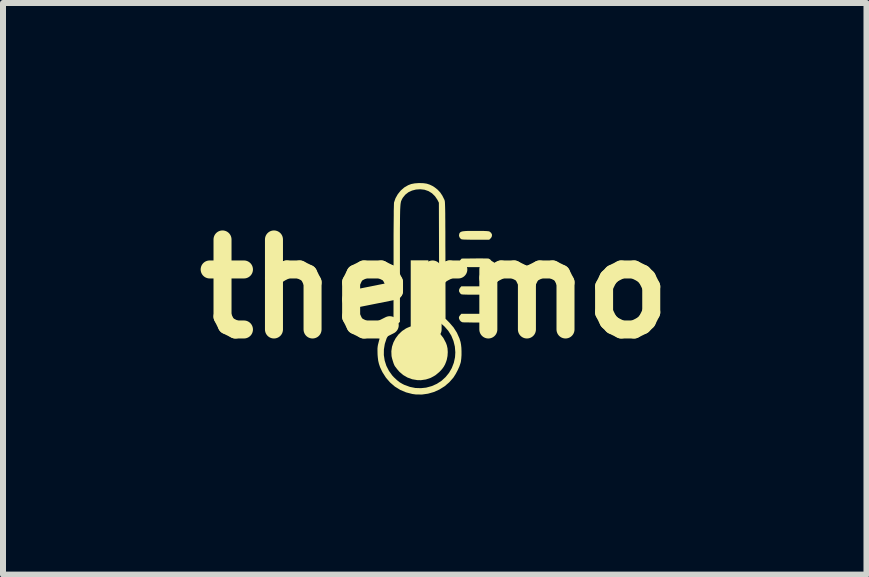
<source format=kicad_pcb>
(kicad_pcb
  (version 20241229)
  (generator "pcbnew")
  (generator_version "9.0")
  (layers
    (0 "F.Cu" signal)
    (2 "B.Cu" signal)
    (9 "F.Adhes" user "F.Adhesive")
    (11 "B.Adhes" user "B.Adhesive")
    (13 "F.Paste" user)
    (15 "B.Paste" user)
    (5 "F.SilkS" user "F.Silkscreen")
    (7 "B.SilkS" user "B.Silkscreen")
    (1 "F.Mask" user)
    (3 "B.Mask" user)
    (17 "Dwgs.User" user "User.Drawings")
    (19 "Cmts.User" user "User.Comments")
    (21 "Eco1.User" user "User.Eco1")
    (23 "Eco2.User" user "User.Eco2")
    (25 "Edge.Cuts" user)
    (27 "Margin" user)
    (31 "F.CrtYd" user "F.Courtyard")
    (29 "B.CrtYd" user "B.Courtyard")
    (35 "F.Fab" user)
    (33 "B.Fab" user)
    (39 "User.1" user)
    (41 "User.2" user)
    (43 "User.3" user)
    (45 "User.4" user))
  (footprint "thermo"
    (layer "F.Cu")
    (at 4.193 1.761)
    (property "Reference" "thermo" (at 0 0 0) (layer "F.SilkS") (effects (font (size 1.5 1.5) (thickness 0.3))))
    (attr board_only exclude_from_pos_files exclude_from_bom)
    (fp_poly (pts (xy 0.822 -0.505) (xy 0.86 -0.505) (xy 0.886 -0.504) (xy 0.897 -0.503) (xy 0.922 -0.49) (xy 0.943 -0.467) (xy 0.955 -0.441) (xy 0.956 -0.431) (xy 0.948 -0.404) (xy 0.932 -0.383) (xy 0.908 -0.36) (xy 0.681 -0.36) (xy 0.611 -0.36) (xy 0.551 -0.361) (xy 0.502 -0.363) (xy 0.466 -0.365) (xy 0.445 -0.367) (xy 0.439 -0.368) (xy 0.424 -0.383) (xy 0.41 -0.406) (xy 0.401 -0.429) (xy 0.4 -0.437) (xy 0.406 -0.45) (xy 0.418 -0.469) (xy 0.424 -0.476) (xy 0.448 -0.503) (xy 0.663 -0.505) (xy 0.721 -0.506) (xy 0.775 -0.506)) (stroke (width 0) (type solid)) (fill yes) (layer "F.SilkS"))
    (fp_poly (pts (xy 0.932 0.441) (xy 0.951 0.466) (xy 0.955 0.491) (xy 0.946 0.519) (xy 0.939 0.532) (xy 0.931 0.543) (xy 0.918 0.55) (xy 0.9 0.556) (xy 0.875 0.56) (xy 0.84 0.562) (xy 0.794 0.563) (xy 0.735 0.563) (xy 0.684 0.563) (xy 0.627 0.562) (xy 0.574 0.561) (xy 0.529 0.56) (xy 0.493 0.56) (xy 0.469 0.559) (xy 0.461 0.558) (xy 0.438 0.547) (xy 0.417 0.525) (xy 0.405 0.497) (xy 0.404 0.493) (xy 0.403 0.473) (xy 0.413 0.453) (xy 0.421 0.443) (xy 0.443 0.417) (xy 0.676 0.417) (xy 0.908 0.417)) (stroke (width 0) (type solid)) (fill yes) (layer "F.SilkS"))
    (fp_poly (pts (xy 0.759 -0.964) (xy 0.821 -0.963) (xy 0.866 -0.961) (xy 0.896 -0.958) (xy 0.91 -0.955) (xy 0.938 -0.933) (xy 0.953 -0.906) (xy 0.953 -0.877) (xy 0.939 -0.848) (xy 0.932 -0.841) (xy 0.908 -0.817) (xy 0.681 -0.817) (xy 0.611 -0.817) (xy 0.556 -0.818) (xy 0.514 -0.819) (xy 0.483 -0.82) (xy 0.461 -0.822) (xy 0.446 -0.825) (xy 0.437 -0.828) (xy 0.436 -0.829) (xy 0.415 -0.853) (xy 0.404 -0.882) (xy 0.408 -0.913) (xy 0.408 -0.915) (xy 0.415 -0.929) (xy 0.424 -0.94) (xy 0.437 -0.948) (xy 0.456 -0.955) (xy 0.482 -0.959) (xy 0.518 -0.962) (xy 0.565 -0.964) (xy 0.625 -0.964) (xy 0.682 -0.964)) (stroke (width 0) (type solid)) (fill yes) (layer "F.SilkS"))
    (fp_poly (pts (xy 0.677 -0.041) (xy 0.752 -0.04) (xy 0.812 -0.04) (xy 0.857 -0.038) (xy 0.89 -0.037) (xy 0.912 -0.034) (xy 0.923 -0.031) (xy 0.924 -0.03) (xy 0.944 -0.007) (xy 0.954 0.021) (xy 0.954 0.049) (xy 0.946 0.066) (xy 0.938 0.075) (xy 0.928 0.082) (xy 0.915 0.088) (xy 0.897 0.092) (xy 0.871 0.095) (xy 0.837 0.097) (xy 0.791 0.098) (xy 0.732 0.098) (xy 0.672 0.098) (xy 0.605 0.098) (xy 0.553 0.098) (xy 0.513 0.097) (xy 0.483 0.096) (xy 0.462 0.095) (xy 0.448 0.093) (xy 0.439 0.09) (xy 0.433 0.085) (xy 0.427 0.08) (xy 0.427 0.079) (xy 0.407 0.05) (xy 0.404 0.02) (xy 0.417 -0.01) (xy 0.421 -0.015) (xy 0.443 -0.041)) (stroke (width 0) (type solid)) (fill yes) (layer "F.SilkS"))
    (fp_poly (pts (xy -0.106 0.076) (xy -0.106 0.625) (xy -0.039 0.657) (xy 0.032 0.699) (xy 0.093 0.754) (xy 0.145 0.822) (xy 0.186 0.9) (xy 0.201 0.94) (xy 0.213 0.993) (xy 0.217 1.055) (xy 0.213 1.12) (xy 0.201 1.181) (xy 0.192 1.209) (xy 0.172 1.26) (xy 0.149 1.301) (xy 0.122 1.338) (xy 0.086 1.377) (xy 0.074 1.389) (xy 0.008 1.443) (xy -0.066 1.484) (xy -0.147 1.511) (xy -0.23 1.523) (xy -0.29 1.522) (xy -0.374 1.508) (xy -0.454 1.479) (xy -0.526 1.437) (xy -0.589 1.383) (xy -0.621 1.346) (xy -0.639 1.323) (xy -0.653 1.304) (xy -0.661 1.295) (xy -0.672 1.276) (xy -0.685 1.245) (xy -0.697 1.208) (xy -0.709 1.168) (xy -0.718 1.131) (xy -0.72 1.117) (xy -0.723 1.041) (xy -0.712 0.965) (xy -0.687 0.891) (xy -0.65 0.822) (xy -0.602 0.759) (xy -0.544 0.704) (xy -0.479 0.661) (xy -0.447 0.646) (xy -0.4 0.627) (xy -0.4 0.076) (xy -0.4 -0.474) (xy -0.253 -0.474) (xy -0.106 -0.474)) (stroke (width 0) (type solid)) (fill yes) (layer "F.SilkS"))
    (fp_poly (pts (xy -0.188 -1.759) (xy -0.133 -1.751) (xy -0.084 -1.735) (xy -0.036 -1.712) (xy -0.00003 -1.689) (xy 0.049 -1.65) (xy 0.091 -1.605) (xy 0.127 -1.551) (xy 0.16 -1.485) (xy 0.161 -1.483) (xy 0.163 -1.478) (xy 0.165 -1.471) (xy 0.167 -1.461) (xy 0.169 -1.449) (xy 0.17 -1.432) (xy 0.171 -1.41) (xy 0.172 -1.382) (xy 0.173 -1.348) (xy 0.174 -1.306) (xy 0.175 -1.255) (xy 0.175 -1.195) (xy 0.176 -1.124) (xy 0.176 -1.043) (xy 0.177 -0.949) (xy 0.177 -0.842) (xy 0.177 -0.721) (xy 0.178 -0.585) (xy 0.178 -0.475) (xy 0.18 0.5) (xy 0.243 0.563) (xy 0.313 0.644) (xy 0.369 0.732) (xy 0.412 0.828) (xy 0.43 0.887) (xy 0.438 0.93) (xy 0.444 0.984) (xy 0.446 1.044) (xy 0.446 1.105) (xy 0.442 1.163) (xy 0.436 1.212) (xy 0.431 1.234) (xy 0.411 1.293) (xy 0.382 1.357) (xy 0.349 1.42) (xy 0.313 1.476) (xy 0.31 1.481) (xy 0.242 1.558) (xy 0.165 1.624) (xy 0.079 1.678) (xy -0.014 1.72) (xy -0.112 1.748) (xy -0.212 1.762) (xy -0.314 1.761) (xy -0.373 1.753) (xy -0.478 1.726) (xy -0.575 1.685) (xy -0.664 1.63) (xy -0.743 1.562) (xy -0.812 1.483) (xy -0.87 1.392) (xy -0.884 1.364) (xy -0.911 1.306) (xy -0.929 1.253) (xy -0.942 1.199) (xy -0.949 1.14) (xy -0.952 1.104) (xy -0.848 1.104) (xy -0.834 1.196) (xy -0.806 1.284) (xy -0.763 1.368) (xy -0.707 1.446) (xy -0.68 1.475) (xy -0.63 1.522) (xy -0.583 1.559) (xy -0.531 1.589) (xy -0.504 1.602) (xy -0.413 1.635) (xy -0.323 1.653) (xy -0.23 1.656) (xy -0.143 1.647) (xy -0.051 1.622) (xy 0.035 1.584) (xy 0.112 1.534) (xy 0.18 1.472) (xy 0.238 1.401) (xy 0.284 1.321) (xy 0.318 1.233) (xy 0.338 1.14) (xy 0.343 1.059) (xy 0.335 0.962) (xy 0.312 0.869) (xy 0.276 0.781) (xy 0.226 0.701) (xy 0.164 0.63) (xy 0.128 0.598) (xy 0.074 0.554) (xy 0.072 -0.44) (xy 0.069 -1.434) (xy 0.044 -1.483) (xy 0.004 -1.542) (xy -0.046 -1.591) (xy -0.104 -1.627) (xy -0.168 -1.649) (xy -0.17 -1.65) (xy -0.242 -1.658) (xy -0.313 -1.653) (xy -0.379 -1.636) (xy -0.439 -1.608) (xy -0.49 -1.568) (xy -0.53 -1.519) (xy -0.541 -1.501) (xy -0.547 -1.489) (xy -0.552 -1.479) (xy -0.556 -1.469) (xy -0.561 -1.458) (xy -0.564 -1.444) (xy -0.567 -1.428) (xy -0.57 -1.409) (xy -0.572 -1.384) (xy -0.574 -1.354) (xy -0.576 -1.318) (xy -0.577 -1.274) (xy -0.578 -1.223) (xy -0.579 -1.161) (xy -0.579 -1.09) (xy -0.58 -1.008) (xy -0.58 -0.914) (xy -0.58 -0.807) (xy -0.58 -0.686) (xy -0.58 -0.551) (xy -0.58 -0.421) (xy -0.58 0.552) (xy -0.649 0.615) (xy -0.699 0.665) (xy -0.74 0.716) (xy -0.756 0.74) (xy -0.802 0.827) (xy -0.832 0.918) (xy -0.847 1.011) (xy -0.848 1.104) (xy -0.952 1.104) (xy -0.953 1.079) (xy -0.954 1.031) (xy -0.954 0.994) (xy -0.951 0.964) (xy -0.946 0.934) (xy -0.94 0.911) (xy -0.932 0.879) (xy -0.925 0.852) (xy -0.92 0.835) (xy -0.92 0.832) (xy -0.915 0.819) (xy -0.905 0.795) (xy -0.892 0.766) (xy -0.889 0.759) (xy -0.844 0.679) (xy -0.783 0.601) (xy -0.736 0.552) (xy -0.687 0.503) (xy -0.686 -0.449) (xy -0.686 -0.616) (xy -0.686 -0.767) (xy -0.686 -0.904) (xy -0.685 -1.025) (xy -0.684 -1.132) (xy -0.683 -1.222) (xy -0.683 -1.298) (xy -0.681 -1.357) (xy -0.68 -1.401) (xy -0.679 -1.428) (xy -0.678 -1.438) (xy -0.654 -1.508) (xy -0.616 -1.575) (xy -0.567 -1.636) (xy -0.509 -1.687) (xy -0.494 -1.696) (xy -0.444 -1.725) (xy -0.392 -1.745) (xy -0.334 -1.756) (xy -0.267 -1.761) (xy -0.253 -1.761)) (stroke (width 0) (type solid)) (fill yes) (layer "F.SilkS")))
  (gr_rect
    (start -3 -3)
    (end 11.386 6.523)
    (stroke (width 0.1) (type default))
    (fill no)
    (layer "Edge.Cuts")))
</source>
